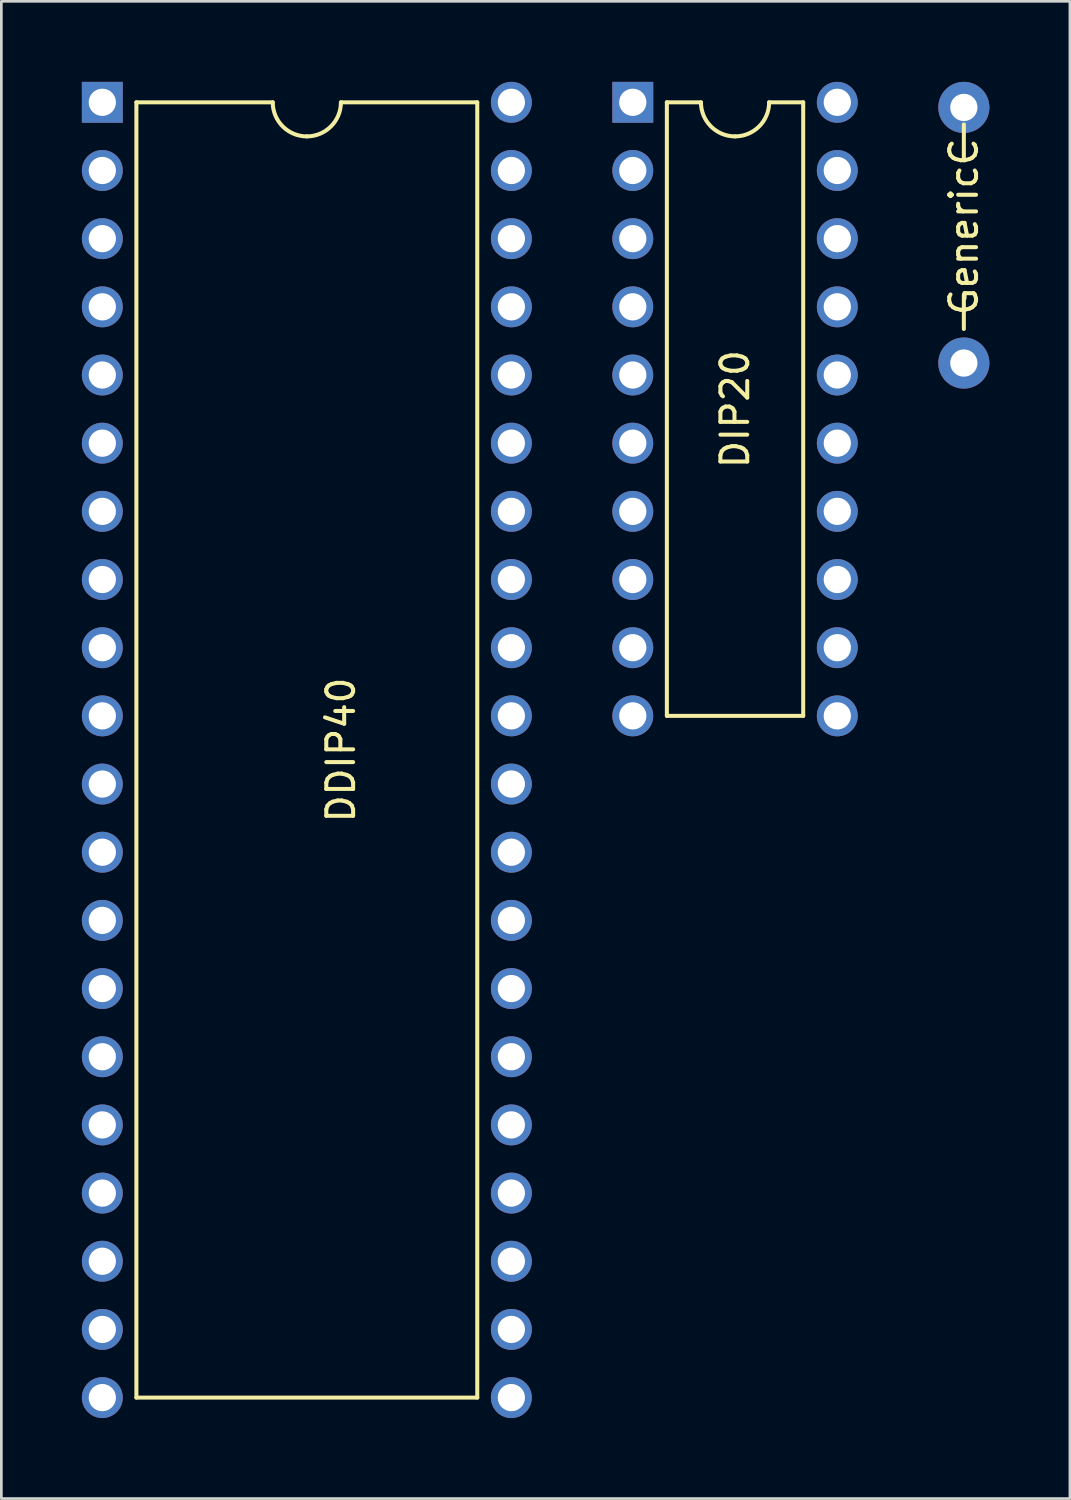
<source format=kicad_pcb>
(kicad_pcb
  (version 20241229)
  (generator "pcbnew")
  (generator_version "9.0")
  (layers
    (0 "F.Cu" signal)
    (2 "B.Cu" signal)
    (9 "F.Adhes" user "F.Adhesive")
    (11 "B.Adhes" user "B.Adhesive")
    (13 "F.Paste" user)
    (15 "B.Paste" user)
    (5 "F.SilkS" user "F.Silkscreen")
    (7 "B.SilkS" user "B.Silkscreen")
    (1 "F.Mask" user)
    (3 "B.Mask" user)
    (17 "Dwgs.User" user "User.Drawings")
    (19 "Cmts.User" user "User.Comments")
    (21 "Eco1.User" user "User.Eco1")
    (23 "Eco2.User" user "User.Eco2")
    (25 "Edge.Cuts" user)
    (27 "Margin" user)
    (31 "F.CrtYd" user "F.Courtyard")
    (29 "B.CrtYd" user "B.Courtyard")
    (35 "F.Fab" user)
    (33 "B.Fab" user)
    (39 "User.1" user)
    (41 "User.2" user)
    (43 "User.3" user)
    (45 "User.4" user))
  (footprint "GenericC"
    (layer "F.Cu")
    (at 32.861 5.397)
    (property "Reference" "GenericC" (at 0 0 90) (layer "F.SilkS") (effects (font (size 1 1) (thickness 0.15))))
    (attr through_hole)
    (fp_line (start 0 -2.54) (end 0 -3.81) (stroke (width 0.15) (type solid)) (layer "F.SilkS"))
    (fp_line (start 0 3.81) (end 0 2.54) (stroke (width 0.15) (type solid)) (layer "F.SilkS"))
    (pad "1" thru_hole circle (at 0 5.08) (size 1.905 1.905) (drill 1.016) (layers "*.Cu" "*.Mask"))
    (pad "2" thru_hole circle (at 0 -4.445) (size 1.905 1.905) (drill 1.016) (layers "*.Cu" "*.Mask")))
  (footprint "DIP20"
    (layer "F.Cu")
    (at 24.336 12.192)
    (property "Reference" "DIP20" (at 0 0 90) (layer "F.SilkS") (effects (font (size 1 1) (thickness 0.15))))
    (attr through_hole)
    (fp_line (start -2.54 -11.43) (end -2.54 11.43) (stroke (width 0.15) (type solid)) (layer "F.SilkS"))
    (fp_line (start -2.54 -11.43) (end -1.27 -11.43) (stroke (width 0.15) (type solid)) (layer "F.SilkS"))
    (fp_line (start -2.54 11.43) (end 2.54 11.43) (stroke (width 0.15) (type solid)) (layer "F.SilkS"))
    (fp_line (start 2.54 -11.43) (end 1.27 -11.43) (stroke (width 0.15) (type solid)) (layer "F.SilkS"))
    (fp_line (start 2.54 11.43) (end 2.54 -11.43) (stroke (width 0.15) (type solid)) (layer "F.SilkS"))
    (fp_arc (start 0 -10.16) (mid -0.898026 -10.531974) (end -1.27 -11.43) (stroke (width 0.15) (type solid)) (layer "F.SilkS"))
    (fp_arc (start 1.27 -11.43) (mid 0.898026 -10.531974) (end 0 -10.16) (stroke (width 0.15) (type solid)) (layer "F.SilkS"))
    (pad "1" thru_hole rect (at -3.81 -11.43) (size 1.524 1.524) (drill 1.016) (layers "*.Cu" "*.Mask"))
    (pad "2" thru_hole circle (at -3.81 -8.89) (size 1.524 1.524) (drill 1.016) (layers "*.Cu" "*.Mask"))
    (pad "3" thru_hole circle (at -3.81 -6.35) (size 1.524 1.524) (drill 1.016) (layers "*.Cu" "*.Mask"))
    (pad "4" thru_hole circle (at -3.81 -3.81) (size 1.524 1.524) (drill 1.016) (layers "*.Cu" "*.Mask"))
    (pad "5" thru_hole circle (at -3.81 -1.27) (size 1.524 1.524) (drill 1.016) (layers "*.Cu" "*.Mask"))
    (pad "6" thru_hole circle (at -3.81 1.27) (size 1.524 1.524) (drill 1.016) (layers "*.Cu" "*.Mask"))
    (pad "7" thru_hole circle (at -3.81 3.81) (size 1.524 1.524) (drill 1.016) (layers "*.Cu" "*.Mask"))
    (pad "8" thru_hole circle (at -3.81 6.35) (size 1.524 1.524) (drill 1.016) (layers "*.Cu" "*.Mask"))
    (pad "9" thru_hole circle (at -3.81 8.89) (size 1.524 1.524) (drill 1.016) (layers "*.Cu" "*.Mask"))
    (pad "10" thru_hole circle (at -3.81 11.43) (size 1.524 1.524) (drill 1.016) (layers "*.Cu" "*.Mask"))
    (pad "11" thru_hole circle (at 3.81 11.43) (size 1.524 1.524) (drill 1.016) (layers "*.Cu" "*.Mask"))
    (pad "12" thru_hole circle (at 3.81 8.89) (size 1.524 1.524) (drill 1.016) (layers "*.Cu" "*.Mask"))
    (pad "13" thru_hole circle (at 3.81 6.35) (size 1.524 1.524) (drill 1.016) (layers "*.Cu" "*.Mask"))
    (pad "14" thru_hole circle (at 3.81 3.81) (size 1.524 1.524) (drill 1.016) (layers "*.Cu" "*.Mask"))
    (pad "15" thru_hole circle (at 3.81 1.27) (size 1.524 1.524) (drill 1.016) (layers "*.Cu" "*.Mask"))
    (pad "16" thru_hole circle (at 3.81 -1.27) (size 1.524 1.524) (drill 1.016) (layers "*.Cu" "*.Mask"))
    (pad "17" thru_hole circle (at 3.81 -3.81) (size 1.524 1.524) (drill 1.016) (layers "*.Cu" "*.Mask"))
    (pad "18" thru_hole circle (at 3.81 -6.35) (size 1.524 1.524) (drill 1.016) (layers "*.Cu" "*.Mask"))
    (pad "19" thru_hole circle (at 3.81 -8.89) (size 1.524 1.524) (drill 1.016) (layers "*.Cu" "*.Mask"))
    (pad "20" thru_hole circle (at 3.81 -11.43) (size 1.524 1.524) (drill 1.016) (layers "*.Cu" "*.Mask")))
  (footprint "DDIP40"
    (layer "F.Cu")
    (at 8.382 24.892)
    (property "Reference" "DDIP40" (at 1.27 0 90) (layer "F.SilkS") (effects (font (size 1 1) (thickness 0.15))))
    (attr through_hole)
    (fp_line (start -6.35 -24.13) (end -6.35 24.13) (stroke (width 0.15) (type solid)) (layer "F.SilkS"))
    (fp_line (start -6.35 -24.13) (end -1.27 -24.13) (stroke (width 0.15) (type solid)) (layer "F.SilkS"))
    (fp_line (start -6.35 24.13) (end 6.35 24.13) (stroke (width 0.15) (type solid)) (layer "F.SilkS"))
    (fp_line (start 6.35 -24.13) (end 1.27 -24.13) (stroke (width 0.15) (type solid)) (layer "F.SilkS"))
    (fp_line (start 6.35 24.13) (end 6.35 -24.13) (stroke (width 0.15) (type solid)) (layer "F.SilkS"))
    (fp_arc (start 0 -22.86) (mid -0.898026 -23.231974) (end -1.27 -24.13) (stroke (width 0.15) (type solid)) (layer "F.SilkS"))
    (fp_arc (start 1.27 -24.13) (mid 0.898026 -23.231974) (end 0 -22.86) (stroke (width 0.15) (type solid)) (layer "F.SilkS"))
    (pad "1" thru_hole rect (at -7.62 -24.13) (size 1.524 1.524) (drill 1.016) (layers "*.Cu" "*.Mask"))
    (pad "2" thru_hole circle (at -7.62 -21.59) (size 1.524 1.524) (drill 1.016) (layers "*.Cu" "*.Mask"))
    (pad "3" thru_hole circle (at -7.62 -19.05) (size 1.524 1.524) (drill 1.016) (layers "*.Cu" "*.Mask"))
    (pad "4" thru_hole circle (at -7.62 -16.51) (size 1.524 1.524) (drill 1.016) (layers "*.Cu" "*.Mask"))
    (pad "5" thru_hole circle (at -7.62 -13.97) (size 1.524 1.524) (drill 1.016) (layers "*.Cu" "*.Mask"))
    (pad "6" thru_hole circle (at -7.62 -11.43) (size 1.524 1.524) (drill 1.016) (layers "*.Cu" "*.Mask"))
    (pad "7" thru_hole circle (at -7.62 -8.89) (size 1.524 1.524) (drill 1.016) (layers "*.Cu" "*.Mask"))
    (pad "8" thru_hole circle (at -7.62 -6.35) (size 1.524 1.524) (drill 1.016) (layers "*.Cu" "*.Mask"))
    (pad "9" thru_hole circle (at -7.62 -3.81) (size 1.524 1.524) (drill 1.016) (layers "*.Cu" "*.Mask"))
    (pad "10" thru_hole circle (at -7.62 -1.27) (size 1.524 1.524) (drill 1.016) (layers "*.Cu" "*.Mask"))
    (pad "11" thru_hole circle (at -7.62 1.27) (size 1.524 1.524) (drill 1.016) (layers "*.Cu" "*.Mask"))
    (pad "12" thru_hole circle (at -7.62 3.81) (size 1.524 1.524) (drill 1.016) (layers "*.Cu" "*.Mask"))
    (pad "13" thru_hole circle (at -7.62 6.35) (size 1.524 1.524) (drill 1.016) (layers "*.Cu" "*.Mask"))
    (pad "14" thru_hole circle (at -7.62 8.89) (size 1.524 1.524) (drill 1.016) (layers "*.Cu" "*.Mask"))
    (pad "15" thru_hole circle (at -7.62 11.43) (size 1.524 1.524) (drill 1.016) (layers "*.Cu" "*.Mask"))
    (pad "16" thru_hole circle (at -7.62 13.97) (size 1.524 1.524) (drill 1.016) (layers "*.Cu" "*.Mask"))
    (pad "17" thru_hole circle (at -7.62 16.51) (size 1.524 1.524) (drill 1.016) (layers "*.Cu" "*.Mask"))
    (pad "18" thru_hole circle (at -7.62 19.05) (size 1.524 1.524) (drill 1.016) (layers "*.Cu" "*.Mask"))
    (pad "19" thru_hole circle (at -7.62 21.59) (size 1.524 1.524) (drill 1.016) (layers "*.Cu" "*.Mask"))
    (pad "20" thru_hole circle (at -7.62 24.13) (size 1.524 1.524) (drill 1.016) (layers "*.Cu" "*.Mask"))
    (pad "21" thru_hole circle (at 7.62 24.13) (size 1.524 1.524) (drill 1.016) (layers "*.Cu" "*.Mask"))
    (pad "22" thru_hole circle (at 7.62 21.59) (size 1.524 1.524) (drill 1.016) (layers "*.Cu" "*.Mask"))
    (pad "23" thru_hole circle (at 7.62 19.05) (size 1.524 1.524) (drill 1.016) (layers "*.Cu" "*.Mask"))
    (pad "24" thru_hole circle (at 7.62 16.51) (size 1.524 1.524) (drill 1.016) (layers "*.Cu" "*.Mask"))
    (pad "25" thru_hole circle (at 7.62 13.97) (size 1.524 1.524) (drill 1.016) (layers "*.Cu" "*.Mask"))
    (pad "26" thru_hole circle (at 7.62 11.43) (size 1.524 1.524) (drill 1.016) (layers "*.Cu" "*.Mask"))
    (pad "27" thru_hole circle (at 7.62 8.89) (size 1.524 1.524) (drill 1.016) (layers "*.Cu" "*.Mask"))
    (pad "28" thru_hole circle (at 7.62 6.35) (size 1.524 1.524) (drill 1.016) (layers "*.Cu" "*.Mask"))
    (pad "29" thru_hole circle (at 7.62 3.81) (size 1.524 1.524) (drill 1.016) (layers "*.Cu" "*.Mask"))
    (pad "30" thru_hole circle (at 7.62 1.27) (size 1.524 1.524) (drill 1.016) (layers "*.Cu" "*.Mask"))
    (pad "31" thru_hole circle (at 7.62 -1.27) (size 1.524 1.524) (drill 1.016) (layers "*.Cu" "*.Mask"))
    (pad "32" thru_hole circle (at 7.62 -3.81) (size 1.524 1.524) (drill 1.016) (layers "*.Cu" "*.Mask"))
    (pad "33" thru_hole circle (at 7.62 -6.35) (size 1.524 1.524) (drill 1.016) (layers "*.Cu" "*.Mask"))
    (pad "34" thru_hole circle (at 7.62 -8.89) (size 1.524 1.524) (drill 1.016) (layers "*.Cu" "*.Mask"))
    (pad "35" thru_hole circle (at 7.62 -11.43) (size 1.524 1.524) (drill 1.016) (layers "*.Cu" "*.Mask"))
    (pad "36" thru_hole circle (at 7.62 -13.97) (size 1.524 1.524) (drill 1.016) (layers "*.Cu" "*.Mask"))
    (pad "37" thru_hole circle (at 7.62 -16.51) (size 1.524 1.524) (drill 1.016) (layers "*.Cu" "*.Mask"))
    (pad "38" thru_hole circle (at 7.62 -19.05) (size 1.524 1.524) (drill 1.016) (layers "*.Cu" "*.Mask"))
    (pad "39" thru_hole circle (at 7.62 -21.59) (size 1.524 1.524) (drill 1.016) (layers "*.Cu" "*.Mask"))
    (pad "40" thru_hole circle (at 7.62 -24.13) (size 1.524 1.524) (drill 1.016) (layers "*.Cu" "*.Mask")))
  (gr_rect
    (start -3 -3)
    (end 36.813 52.784)
    (stroke (width 0.1) (type default))
    (fill no)
    (layer "Edge.Cuts")))
</source>
